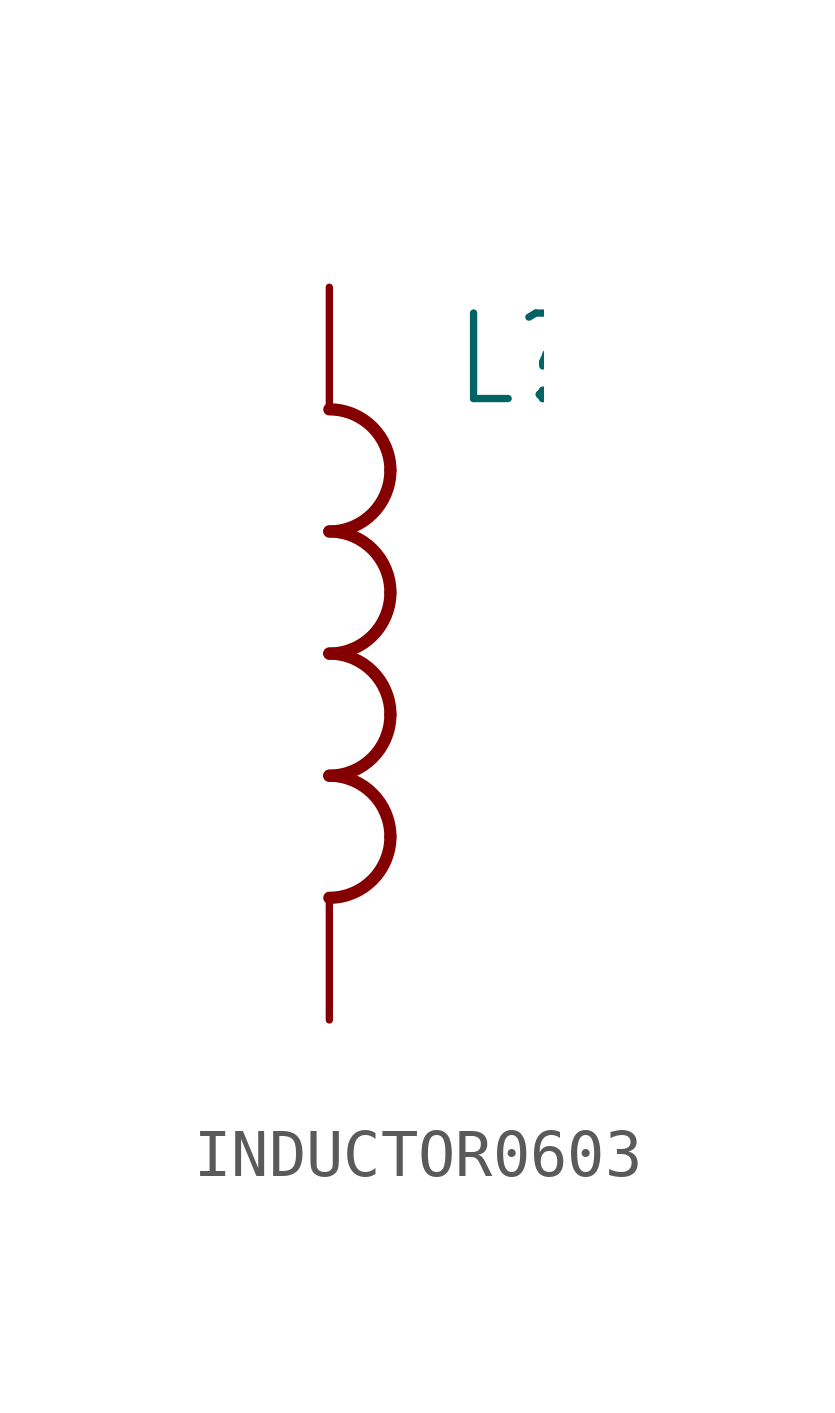
<source format=kicad_sym>
(kicad_symbol_lib
  (version 20220914)
  (generator kicad_symbol_editor)
  (symbol "INDUCTOR0603"
    (property "Reference" "L"
      (at 2.54 5.08 0)
      (effects (font (size 1.778 1.511)) (justify left bottom)))
    (property "Value" ""
      (at 2.54 -5.08 0)
      (effects (font (size 1.778 1.511)) (justify left bottom)))
    (property "ki_locked" ""
      (at 0 0 0)
      (effects (font (size 1.27 1.27))))
    (symbol "INDUCTOR0603_1_0"
      (arc (start 0 -5.08) (mid 0.898 -4.708) (end 1.27 -3.81) (stroke (width 0.254) (type solid)) (fill (type none)))
      (arc (start 0 -2.54) (mid 0.898 -2.168) (end 1.27 -1.27) (stroke (width 0.254) (type solid)) (fill (type none)))
      (arc (start 0 0) (mid 0.898 0.372) (end 1.27 1.27) (stroke (width 0.254) (type solid)) (fill (type none)))
      (arc (start 0 2.54) (mid 0.898 2.912) (end 1.27 3.81) (stroke (width 0.254) (type solid)) (fill (type none)))
      (arc (start 1.27 -3.81) (mid 0.898 -2.912) (end 0 -2.54) (stroke (width 0.254) (type solid)) (fill (type none)))
      (arc (start 1.27 -1.27) (mid 0.898 -0.372) (end 0 0) (stroke (width 0.254) (type solid)) (fill (type none)))
      (arc (start 1.27 1.27) (mid 0.898 2.168) (end 0 2.54) (stroke (width 0.254) (type solid)) (fill (type none)))
      (arc (start 1.27 3.81) (mid 0.898 4.708) (end 0 5.08) (stroke (width 0.254) (type solid)) (fill (type none)))
      (pin passive line (at 0 7.62 270) (length 2.54) (name "1" (effects (font (size 0 0)))) (number "1" (effects (font (size 0 0)))))
      (pin passive line (at 0 -7.62 90) (length 2.54) (name "2" (effects (font (size 0 0)))) (number "2" (effects (font (size 0 0))))))))
</source>
